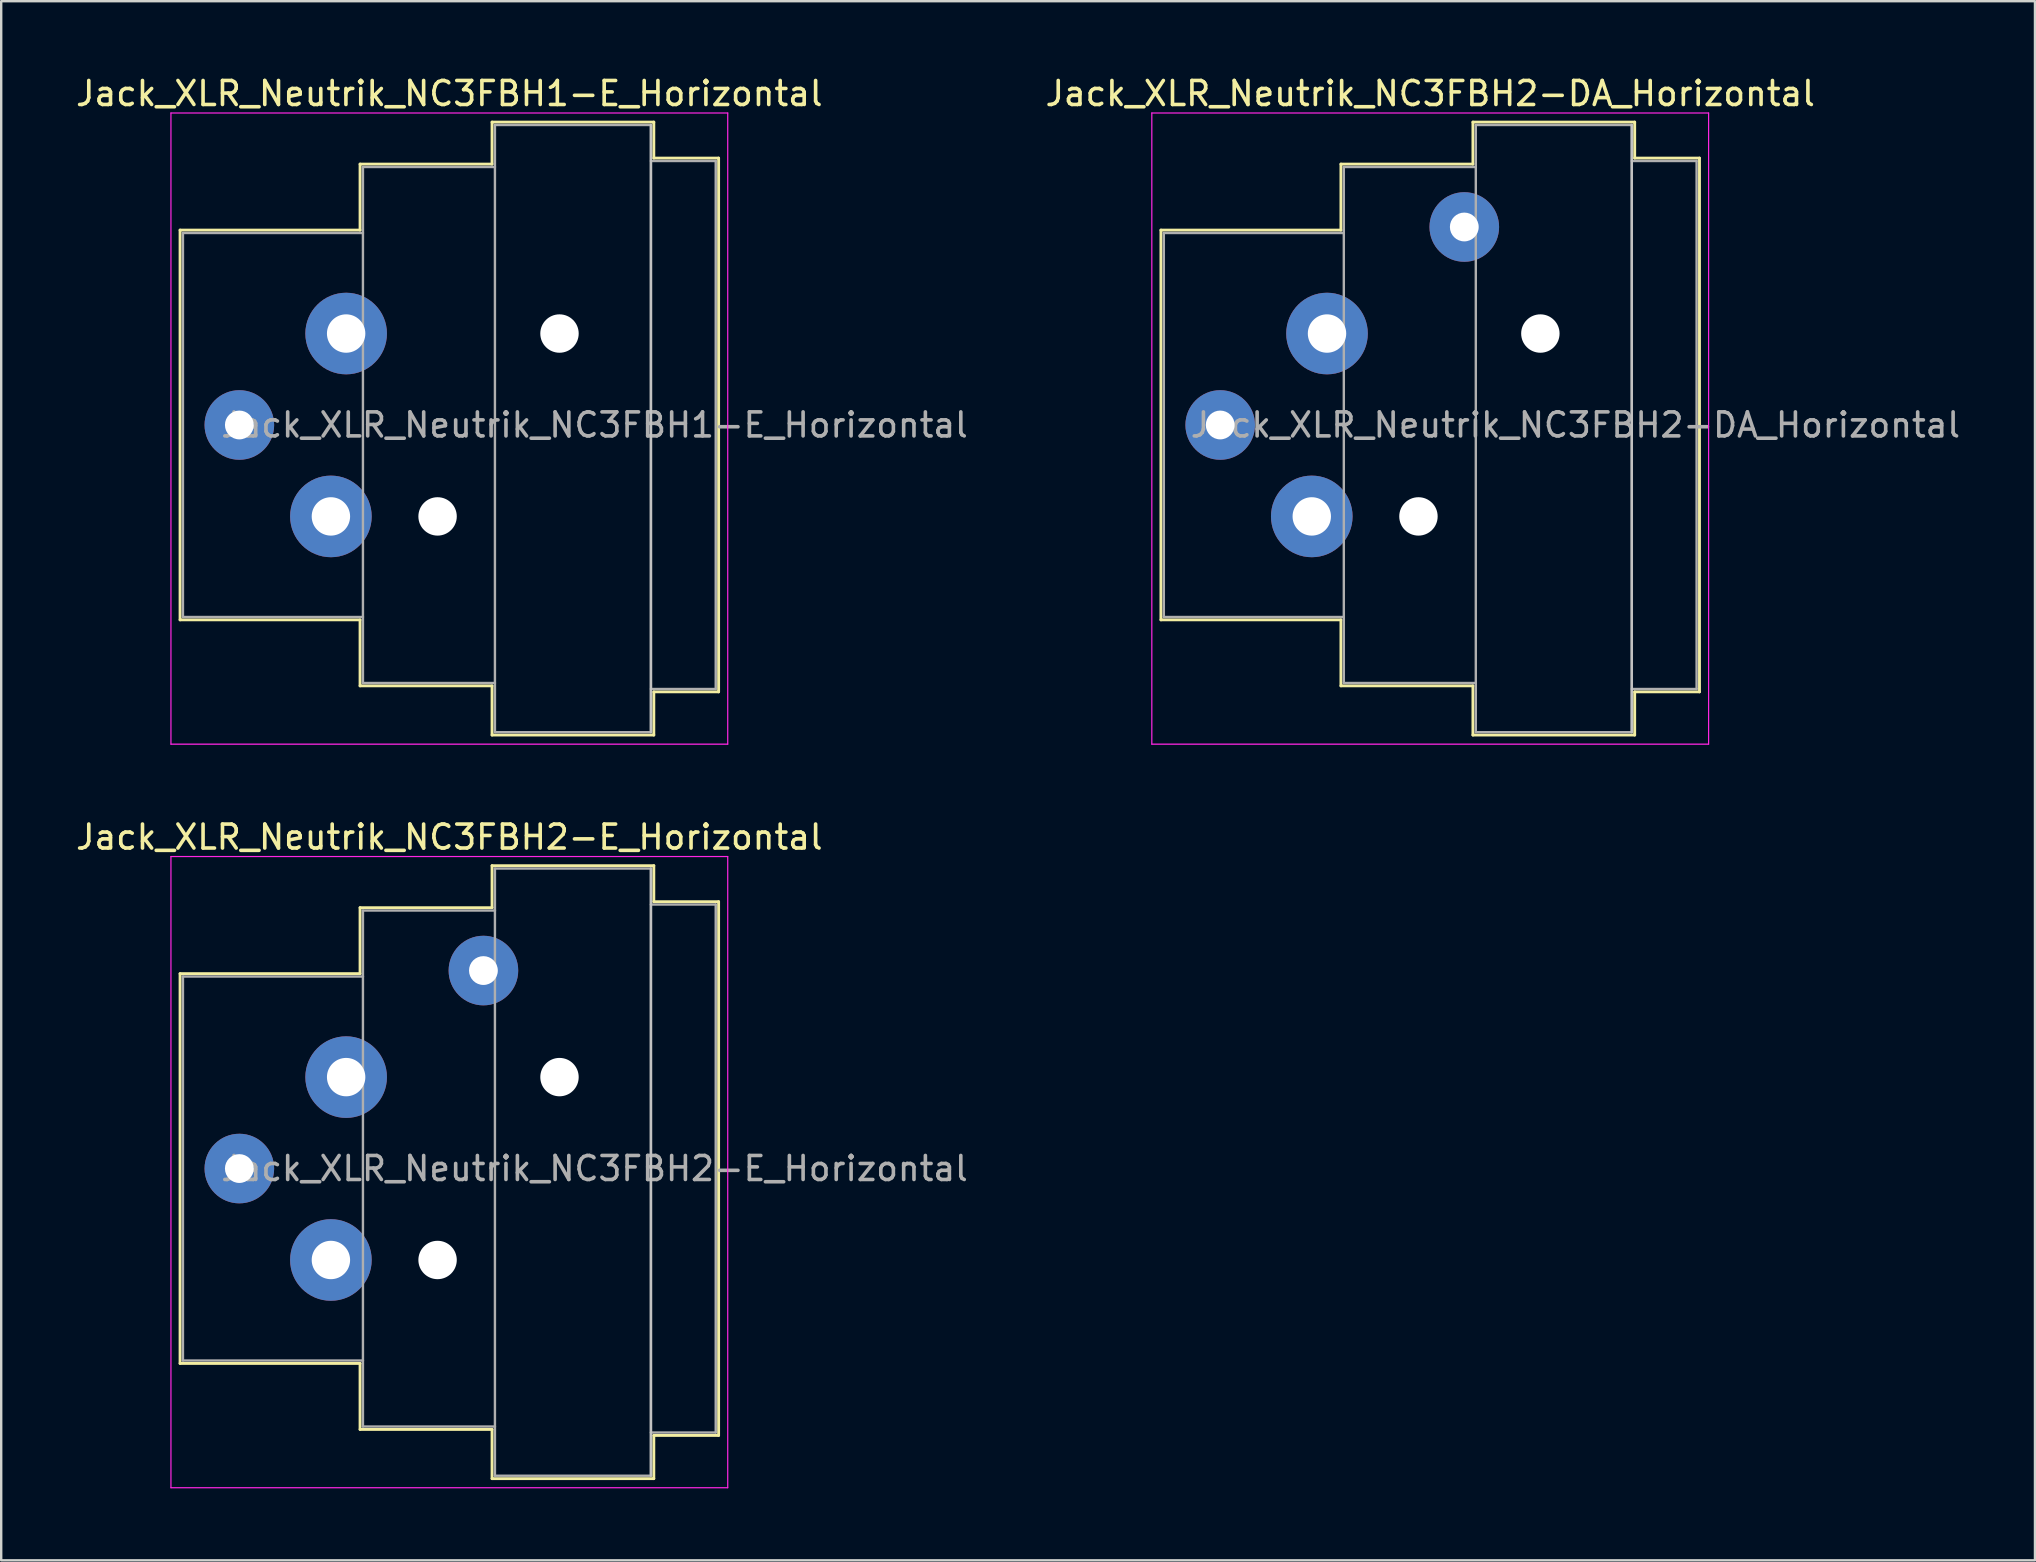
<source format=kicad_pcb>
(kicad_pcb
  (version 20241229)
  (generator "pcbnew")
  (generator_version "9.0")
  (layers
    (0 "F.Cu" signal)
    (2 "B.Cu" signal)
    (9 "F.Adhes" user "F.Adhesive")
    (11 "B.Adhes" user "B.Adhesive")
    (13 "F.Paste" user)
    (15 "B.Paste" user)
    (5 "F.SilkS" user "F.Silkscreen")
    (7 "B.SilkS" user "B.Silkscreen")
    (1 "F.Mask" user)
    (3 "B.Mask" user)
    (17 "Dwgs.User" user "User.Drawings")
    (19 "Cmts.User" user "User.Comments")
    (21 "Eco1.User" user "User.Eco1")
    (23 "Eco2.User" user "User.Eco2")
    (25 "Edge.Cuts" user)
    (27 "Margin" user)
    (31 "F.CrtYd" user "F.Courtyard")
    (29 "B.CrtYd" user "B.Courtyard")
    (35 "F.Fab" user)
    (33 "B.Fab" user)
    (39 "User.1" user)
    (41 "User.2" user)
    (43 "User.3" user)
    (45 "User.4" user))
  (footprint "Jack_XLR_Neutrik_NC3FBH2-DA_Horizontal"
    (layer "F.Cu")
    (at 52.244 10.848)
    (property "Reference" "Jack_XLR_Neutrik_NC3FBH2-DA_Horizontal" (at 4.3 -10 0) (layer "F.SilkS") (effects (font (size 1 1) (thickness 0.15))))
    (attr through_hole)
    (fp_line (start -6.92 -4.31) (end -6.92 11.93) (stroke (width 0.12) (type solid)) (layer "F.SilkS"))
    (fp_line (start 0.58 -7.06) (end 0.58 -4.31) (stroke (width 0.12) (type solid)) (layer "F.SilkS"))
    (fp_line (start 0.58 -4.31) (end -6.92 -4.31) (stroke (width 0.12) (type solid)) (layer "F.SilkS"))
    (fp_line (start 0.58 11.93) (end -6.92 11.93) (stroke (width 0.12) (type solid)) (layer "F.SilkS"))
    (fp_line (start 0.58 11.93) (end 0.58 14.68) (stroke (width 0.12) (type solid)) (layer "F.SilkS"))
    (fp_line (start 6.08 -7.06) (end 0.58 -7.06) (stroke (width 0.12) (type solid)) (layer "F.SilkS"))
    (fp_line (start 6.08 -7.06) (end 6.08 -8.81) (stroke (width 0.12) (type solid)) (layer "F.SilkS"))
    (fp_line (start 6.08 14.68) (end 0.58 14.68) (stroke (width 0.12) (type solid)) (layer "F.SilkS"))
    (fp_line (start 6.08 16.73) (end 6.08 14.68) (stroke (width 0.12) (type solid)) (layer "F.SilkS"))
    (fp_line (start 12.82 -8.81) (end 6.08 -8.81) (stroke (width 0.12) (type solid)) (layer "F.SilkS"))
    (fp_line (start 12.82 -8.81) (end 12.82 -7.31) (stroke (width 0.12) (type solid)) (layer "F.SilkS"))
    (fp_line (start 12.82 -7.31) (end 15.52 -7.31) (stroke (width 0.12) (type solid)) (layer "F.SilkS"))
    (fp_line (start 12.82 14.93) (end 12.82 16.73) (stroke (width 0.12) (type solid)) (layer "F.SilkS"))
    (fp_line (start 12.82 14.93) (end 15.52 14.93) (stroke (width 0.12) (type solid)) (layer "F.SilkS"))
    (fp_line (start 12.82 16.73) (end 6.08 16.73) (stroke (width 0.12) (type solid)) (layer "F.SilkS"))
    (fp_line (start 15.52 -7.31) (end 15.52 14.93) (stroke (width 0.12) (type solid)) (layer "F.SilkS"))
    (fp_line (start 12.7 -8.69) (end 12.7 16.61) (stroke (width 0.1) (type solid)) (layer "Dwgs.User"))
    (fp_line (start -7.3 -9.19) (end -7.3 17.11) (stroke (width 0.05) (type solid)) (layer "F.CrtYd"))
    (fp_line (start 15.9 -9.19) (end -7.3 -9.19) (stroke (width 0.05) (type solid)) (layer "F.CrtYd"))
    (fp_line (start 15.9 -9.19) (end 15.9 17.11) (stroke (width 0.05) (type solid)) (layer "F.CrtYd"))
    (fp_line (start 15.9 17.11) (end -7.3 17.11) (stroke (width 0.05) (type solid)) (layer "F.CrtYd"))
    (fp_line (start -6.8 -4.19) (end -6.8 11.81) (stroke (width 0.1) (type solid)) (layer "F.Fab"))
    (fp_line (start -6.8 11.81) (end 0.7 11.81) (stroke (width 0.1) (type solid)) (layer "F.Fab"))
    (fp_line (start 0.7 -6.94) (end 0.7 14.56) (stroke (width 0.1) (type solid)) (layer "F.Fab"))
    (fp_line (start 0.7 -4.19) (end -6.8 -4.19) (stroke (width 0.1) (type solid)) (layer "F.Fab"))
    (fp_line (start 0.7 14.56) (end 6.2 14.56) (stroke (width 0.1) (type solid)) (layer "F.Fab"))
    (fp_line (start 6.2 -8.69) (end 12.7 -8.69) (stroke (width 0.1) (type solid)) (layer "F.Fab"))
    (fp_line (start 6.2 -6.94) (end 0.7 -6.94) (stroke (width 0.1) (type solid)) (layer "F.Fab"))
    (fp_line (start 6.2 16.61) (end 6.2 -8.69) (stroke (width 0.1) (type solid)) (layer "F.Fab"))
    (fp_line (start 12.7 -8.69) (end 12.7 16.61) (stroke (width 0.1) (type solid)) (layer "F.Fab"))
    (fp_line (start 12.7 -7.19) (end 15.4 -7.19) (stroke (width 0.1) (type solid)) (layer "F.Fab"))
    (fp_line (start 12.7 16.61) (end 6.2 16.61) (stroke (width 0.1) (type solid)) (layer "F.Fab"))
    (fp_line (start 15.4 -7.19) (end 15.4 14.81) (stroke (width 0.1) (type solid)) (layer "F.Fab"))
    (fp_line (start 15.4 14.81) (end 12.7 14.81) (stroke (width 0.1) (type solid)) (layer "F.Fab"))
    (fp_text user "${REFERENCE}" (at 10.35 3.81 0) (layer "F.Fab") (effects (font (size 1 1) (thickness 0.15))))
    (pad "" np_thru_hole circle (at 3.81 7.62) (size 1.6 1.6) (drill 1.6) (layers "*.Cu" "*.Mask"))
    (pad "" np_thru_hole circle (at 8.89 0) (size 1.6 1.6) (drill 1.6) (layers "*.Cu" "*.Mask"))
    (pad "1" thru_hole circle (at 0 0) (size 3.4 3.4) (drill 1.6) (layers "*.Cu" "*.Mask"))
    (pad "2" thru_hole circle (at -0.635 7.62) (size 3.4 3.4) (drill 1.6) (layers "*.Cu" "*.Mask"))
    (pad "3" thru_hole circle (at -4.45 3.81) (size 2.9 2.9) (drill 1.2) (layers "*.Cu" "*.Mask"))
    (pad "G" thru_hole circle (at 5.72 -4.44) (size 2.9 2.9) (drill 1.2) (layers "*.Cu" "*.Mask")))
  (footprint "Jack_XLR_Neutrik_NC3FBH1-E_Horizontal"
    (layer "F.Cu")
    (at 11.373 10.848)
    (property "Reference" "Jack_XLR_Neutrik_NC3FBH1-E_Horizontal" (at 4.3 -10 0) (layer "F.SilkS") (effects (font (size 1 1) (thickness 0.15))))
    (attr through_hole)
    (fp_line (start -6.92 -4.31) (end -6.92 11.93) (stroke (width 0.12) (type solid)) (layer "F.SilkS"))
    (fp_line (start 0.58 -7.06) (end 0.58 -4.31) (stroke (width 0.12) (type solid)) (layer "F.SilkS"))
    (fp_line (start 0.58 -4.31) (end -6.92 -4.31) (stroke (width 0.12) (type solid)) (layer "F.SilkS"))
    (fp_line (start 0.58 11.93) (end -6.92 11.93) (stroke (width 0.12) (type solid)) (layer "F.SilkS"))
    (fp_line (start 0.58 11.93) (end 0.58 14.68) (stroke (width 0.12) (type solid)) (layer "F.SilkS"))
    (fp_line (start 6.08 -7.06) (end 0.58 -7.06) (stroke (width 0.12) (type solid)) (layer "F.SilkS"))
    (fp_line (start 6.08 -7.06) (end 6.08 -8.81) (stroke (width 0.12) (type solid)) (layer "F.SilkS"))
    (fp_line (start 6.08 14.68) (end 0.58 14.68) (stroke (width 0.12) (type solid)) (layer "F.SilkS"))
    (fp_line (start 6.08 16.73) (end 6.08 14.68) (stroke (width 0.12) (type solid)) (layer "F.SilkS"))
    (fp_line (start 12.82 -8.81) (end 6.08 -8.81) (stroke (width 0.12) (type solid)) (layer "F.SilkS"))
    (fp_line (start 12.82 -8.81) (end 12.82 -7.31) (stroke (width 0.12) (type solid)) (layer "F.SilkS"))
    (fp_line (start 12.82 -7.31) (end 15.52 -7.31) (stroke (width 0.12) (type solid)) (layer "F.SilkS"))
    (fp_line (start 12.82 14.93) (end 12.82 16.73) (stroke (width 0.12) (type solid)) (layer "F.SilkS"))
    (fp_line (start 12.82 14.93) (end 15.52 14.93) (stroke (width 0.12) (type solid)) (layer "F.SilkS"))
    (fp_line (start 12.82 16.73) (end 6.08 16.73) (stroke (width 0.12) (type solid)) (layer "F.SilkS"))
    (fp_line (start 15.52 -7.31) (end 15.52 14.93) (stroke (width 0.12) (type solid)) (layer "F.SilkS"))
    (fp_line (start 12.7 -8.69) (end 12.7 16.61) (stroke (width 0.1) (type solid)) (layer "Dwgs.User"))
    (fp_line (start -7.3 -9.19) (end -7.3 17.11) (stroke (width 0.05) (type solid)) (layer "F.CrtYd"))
    (fp_line (start 15.9 -9.19) (end -7.3 -9.19) (stroke (width 0.05) (type solid)) (layer "F.CrtYd"))
    (fp_line (start 15.9 -9.19) (end 15.9 17.11) (stroke (width 0.05) (type solid)) (layer "F.CrtYd"))
    (fp_line (start 15.9 17.11) (end -7.3 17.11) (stroke (width 0.05) (type solid)) (layer "F.CrtYd"))
    (fp_line (start -6.8 -4.19) (end -6.8 11.81) (stroke (width 0.1) (type solid)) (layer "F.Fab"))
    (fp_line (start -6.8 11.81) (end 0.7 11.81) (stroke (width 0.1) (type solid)) (layer "F.Fab"))
    (fp_line (start 0.7 -6.94) (end 0.7 14.56) (stroke (width 0.1) (type solid)) (layer "F.Fab"))
    (fp_line (start 0.7 -4.19) (end -6.8 -4.19) (stroke (width 0.1) (type solid)) (layer "F.Fab"))
    (fp_line (start 0.7 14.56) (end 6.2 14.56) (stroke (width 0.1) (type solid)) (layer "F.Fab"))
    (fp_line (start 6.2 -8.69) (end 12.7 -8.69) (stroke (width 0.1) (type solid)) (layer "F.Fab"))
    (fp_line (start 6.2 -6.94) (end 0.7 -6.94) (stroke (width 0.1) (type solid)) (layer "F.Fab"))
    (fp_line (start 6.2 16.61) (end 6.2 -8.69) (stroke (width 0.1) (type solid)) (layer "F.Fab"))
    (fp_line (start 12.7 -8.69) (end 12.7 16.61) (stroke (width 0.1) (type solid)) (layer "F.Fab"))
    (fp_line (start 12.7 -7.19) (end 15.4 -7.19) (stroke (width 0.1) (type solid)) (layer "F.Fab"))
    (fp_line (start 12.7 16.61) (end 6.2 16.61) (stroke (width 0.1) (type solid)) (layer "F.Fab"))
    (fp_line (start 15.4 -7.19) (end 15.4 14.81) (stroke (width 0.1) (type solid)) (layer "F.Fab"))
    (fp_line (start 15.4 14.81) (end 12.7 14.81) (stroke (width 0.1) (type solid)) (layer "F.Fab"))
    (fp_text user "${REFERENCE}" (at 10.35 3.81 0) (layer "F.Fab") (effects (font (size 1 1) (thickness 0.15))))
    (pad "" np_thru_hole circle (at 3.81 7.62) (size 1.6 1.6) (drill 1.6) (layers "*.Cu" "*.Mask"))
    (pad "" np_thru_hole circle (at 8.89 0) (size 1.6 1.6) (drill 1.6) (layers "*.Cu" "*.Mask"))
    (pad "1" thru_hole circle (at 0 0) (size 3.4 3.4) (drill 1.6) (layers "*.Cu" "*.Mask"))
    (pad "2" thru_hole circle (at -0.635 7.62) (size 3.4 3.4) (drill 1.6) (layers "*.Cu" "*.Mask"))
    (pad "3" thru_hole circle (at -4.45 3.81) (size 2.9 2.9) (drill 1.2) (layers "*.Cu" "*.Mask")))
  (footprint "Jack_XLR_Neutrik_NC3FBH2-E_Horizontal"
    (layer "F.Cu")
    (at 11.373 41.831)
    (property "Reference" "Jack_XLR_Neutrik_NC3FBH2-E_Horizontal" (at 4.3 -10 0) (layer "F.SilkS") (effects (font (size 1 1) (thickness 0.15))))
    (attr through_hole)
    (fp_line (start -6.92 -4.31) (end -6.92 11.93) (stroke (width 0.12) (type solid)) (layer "F.SilkS"))
    (fp_line (start 0.58 -7.06) (end 0.58 -4.31) (stroke (width 0.12) (type solid)) (layer "F.SilkS"))
    (fp_line (start 0.58 -4.31) (end -6.92 -4.31) (stroke (width 0.12) (type solid)) (layer "F.SilkS"))
    (fp_line (start 0.58 11.93) (end -6.92 11.93) (stroke (width 0.12) (type solid)) (layer "F.SilkS"))
    (fp_line (start 0.58 11.93) (end 0.58 14.68) (stroke (width 0.12) (type solid)) (layer "F.SilkS"))
    (fp_line (start 6.08 -7.06) (end 0.58 -7.06) (stroke (width 0.12) (type solid)) (layer "F.SilkS"))
    (fp_line (start 6.08 -7.06) (end 6.08 -8.81) (stroke (width 0.12) (type solid)) (layer "F.SilkS"))
    (fp_line (start 6.08 14.68) (end 0.58 14.68) (stroke (width 0.12) (type solid)) (layer "F.SilkS"))
    (fp_line (start 6.08 16.73) (end 6.08 14.68) (stroke (width 0.12) (type solid)) (layer "F.SilkS"))
    (fp_line (start 12.82 -8.81) (end 6.08 -8.81) (stroke (width 0.12) (type solid)) (layer "F.SilkS"))
    (fp_line (start 12.82 -8.81) (end 12.82 -7.31) (stroke (width 0.12) (type solid)) (layer "F.SilkS"))
    (fp_line (start 12.82 -7.31) (end 15.52 -7.31) (stroke (width 0.12) (type solid)) (layer "F.SilkS"))
    (fp_line (start 12.82 14.93) (end 12.82 16.73) (stroke (width 0.12) (type solid)) (layer "F.SilkS"))
    (fp_line (start 12.82 14.93) (end 15.52 14.93) (stroke (width 0.12) (type solid)) (layer "F.SilkS"))
    (fp_line (start 12.82 16.73) (end 6.08 16.73) (stroke (width 0.12) (type solid)) (layer "F.SilkS"))
    (fp_line (start 15.52 -7.31) (end 15.52 14.93) (stroke (width 0.12) (type solid)) (layer "F.SilkS"))
    (fp_line (start 12.7 -8.69) (end 12.7 16.61) (stroke (width 0.1) (type solid)) (layer "Dwgs.User"))
    (fp_line (start -7.3 -9.19) (end -7.3 17.11) (stroke (width 0.05) (type solid)) (layer "F.CrtYd"))
    (fp_line (start 15.9 -9.19) (end -7.3 -9.19) (stroke (width 0.05) (type solid)) (layer "F.CrtYd"))
    (fp_line (start 15.9 -9.19) (end 15.9 17.11) (stroke (width 0.05) (type solid)) (layer "F.CrtYd"))
    (fp_line (start 15.9 17.11) (end -7.3 17.11) (stroke (width 0.05) (type solid)) (layer "F.CrtYd"))
    (fp_line (start -6.8 -4.19) (end -6.8 11.81) (stroke (width 0.1) (type solid)) (layer "F.Fab"))
    (fp_line (start -6.8 11.81) (end 0.7 11.81) (stroke (width 0.1) (type solid)) (layer "F.Fab"))
    (fp_line (start 0.7 -6.94) (end 0.7 14.56) (stroke (width 0.1) (type solid)) (layer "F.Fab"))
    (fp_line (start 0.7 -4.19) (end -6.8 -4.19) (stroke (width 0.1) (type solid)) (layer "F.Fab"))
    (fp_line (start 0.7 14.56) (end 6.2 14.56) (stroke (width 0.1) (type solid)) (layer "F.Fab"))
    (fp_line (start 6.2 -8.69) (end 12.7 -8.69) (stroke (width 0.1) (type solid)) (layer "F.Fab"))
    (fp_line (start 6.2 -6.94) (end 0.7 -6.94) (stroke (width 0.1) (type solid)) (layer "F.Fab"))
    (fp_line (start 6.2 16.61) (end 6.2 -8.69) (stroke (width 0.1) (type solid)) (layer "F.Fab"))
    (fp_line (start 12.7 -8.69) (end 12.7 16.61) (stroke (width 0.1) (type solid)) (layer "F.Fab"))
    (fp_line (start 12.7 -7.19) (end 15.4 -7.19) (stroke (width 0.1) (type solid)) (layer "F.Fab"))
    (fp_line (start 12.7 16.61) (end 6.2 16.61) (stroke (width 0.1) (type solid)) (layer "F.Fab"))
    (fp_line (start 15.4 -7.19) (end 15.4 14.81) (stroke (width 0.1) (type solid)) (layer "F.Fab"))
    (fp_line (start 15.4 14.81) (end 12.7 14.81) (stroke (width 0.1) (type solid)) (layer "F.Fab"))
    (fp_text user "${REFERENCE}" (at 10.35 3.81 0) (layer "F.Fab") (effects (font (size 1 1) (thickness 0.15))))
    (pad "" np_thru_hole circle (at 3.81 7.62) (size 1.6 1.6) (drill 1.6) (layers "*.Cu" "*.Mask"))
    (pad "" np_thru_hole circle (at 8.89 0) (size 1.6 1.6) (drill 1.6) (layers "*.Cu" "*.Mask"))
    (pad "1" thru_hole circle (at 0 0) (size 3.4 3.4) (drill 1.6) (layers "*.Cu" "*.Mask"))
    (pad "2" thru_hole circle (at -0.635 7.62) (size 3.4 3.4) (drill 1.6) (layers "*.Cu" "*.Mask"))
    (pad "3" thru_hole circle (at -4.45 3.81) (size 2.9 2.9) (drill 1.2) (layers "*.Cu" "*.Mask"))
    (pad "G" thru_hole circle (at 5.72 -4.44) (size 2.9 2.9) (drill 1.2) (layers "*.Cu" "*.Mask")))
  (gr_rect
    (start -3 -3)
    (end 81.743 61.967)
    (stroke (width 0.1) (type default))
    (fill no)
    (layer "Edge.Cuts")))
</source>
